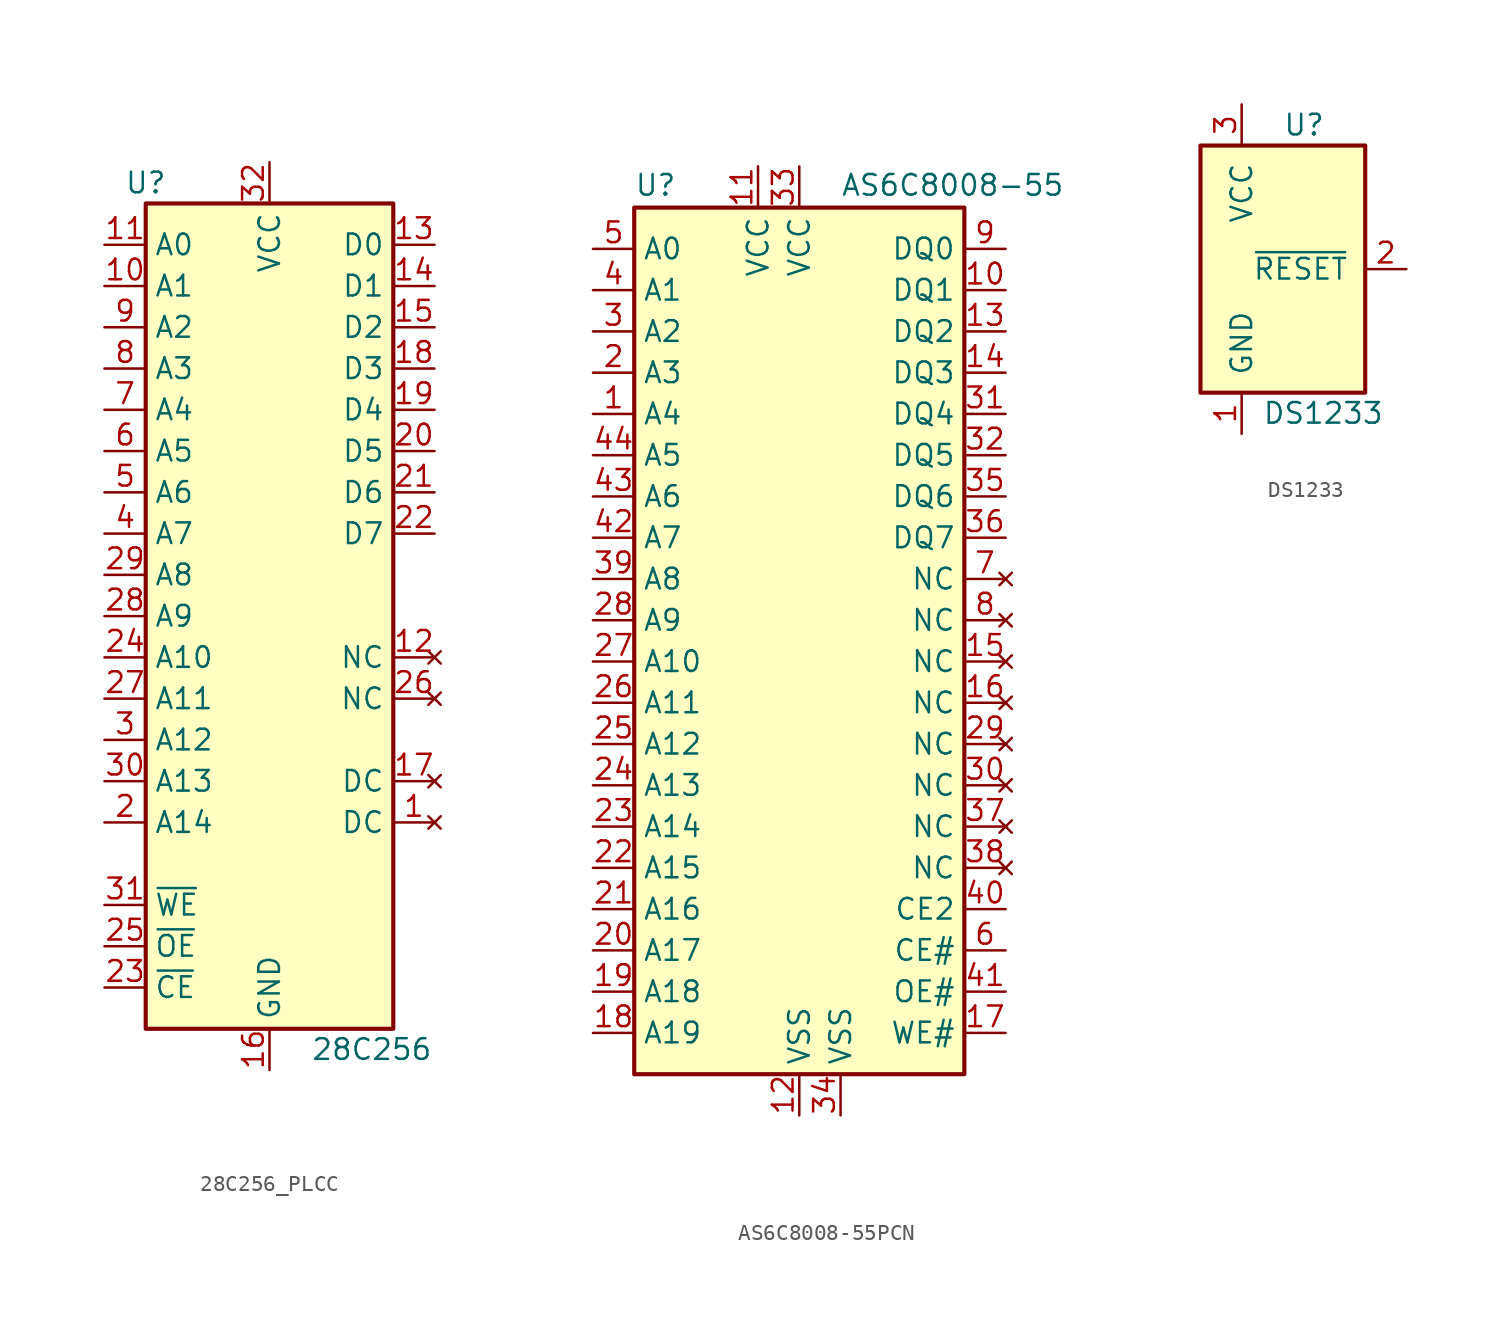
<source format=kicad_sym>
(kicad_symbol_lib
  (version 20220914)
  (generator kicad_symbol_editor)
  (symbol "28C256_PLCC"
    (property "Reference" "U"
      (at -7.62 26.67 0)
      (effects (font (size 1.27 1.27))))
    (property "Value" "28C256"
      (at 2.54 -26.67 0)
      (effects (font (size 1.27 1.27)) (justify left)))
    (symbol "28C256_PLCC_1_1"
      (rectangle (start -7.62 25.4) (end 7.62 -25.4) (stroke (width 0.254) (type default)) (fill (type background)))
      (pin no_connect line (at 10.16 -12.7 180) (length 2.54) (name "DC" (effects (font (size 1.27 1.27)))) (number "1" (effects (font (size 1.27 1.27)))))
      (pin input line (at -10.16 20.32 0) (length 2.54) (name "A1" (effects (font (size 1.27 1.27)))) (number "10" (effects (font (size 1.27 1.27)))))
      (pin input line (at -10.16 22.86 0) (length 2.54) (name "A0" (effects (font (size 1.27 1.27)))) (number "11" (effects (font (size 1.27 1.27)))))
      (pin no_connect line (at 10.16 -2.54 180) (length 2.54) (name "NC" (effects (font (size 1.27 1.27)))) (number "12" (effects (font (size 1.27 1.27)))))
      (pin tri_state line (at 10.16 22.86 180) (length 2.54) (name "D0" (effects (font (size 1.27 1.27)))) (number "13" (effects (font (size 1.27 1.27)))))
      (pin tri_state line (at 10.16 20.32 180) (length 2.54) (name "D1" (effects (font (size 1.27 1.27)))) (number "14" (effects (font (size 1.27 1.27)))))
      (pin tri_state line (at 10.16 17.78 180) (length 2.54) (name "D2" (effects (font (size 1.27 1.27)))) (number "15" (effects (font (size 1.27 1.27)))))
      (pin power_in line (at 0 -27.94 90) (length 2.54) (name "GND" (effects (font (size 1.27 1.27)))) (number "16" (effects (font (size 1.27 1.27)))))
      (pin no_connect line (at 10.16 -10.16 180) (length 2.54) (name "DC" (effects (font (size 1.27 1.27)))) (number "17" (effects (font (size 1.27 1.27)))))
      (pin tri_state line (at 10.16 15.24 180) (length 2.54) (name "D3" (effects (font (size 1.27 1.27)))) (number "18" (effects (font (size 1.27 1.27)))))
      (pin tri_state line (at 10.16 12.7 180) (length 2.54) (name "D4" (effects (font (size 1.27 1.27)))) (number "19" (effects (font (size 1.27 1.27)))))
      (pin input line (at -10.16 -12.7 0) (length 2.54) (name "A14" (effects (font (size 1.27 1.27)))) (number "2" (effects (font (size 1.27 1.27)))))
      (pin tri_state line (at 10.16 10.16 180) (length 2.54) (name "D5" (effects (font (size 1.27 1.27)))) (number "20" (effects (font (size 1.27 1.27)))))
      (pin tri_state line (at 10.16 7.62 180) (length 2.54) (name "D6" (effects (font (size 1.27 1.27)))) (number "21" (effects (font (size 1.27 1.27)))))
      (pin tri_state line (at 10.16 5.08 180) (length 2.54) (name "D7" (effects (font (size 1.27 1.27)))) (number "22" (effects (font (size 1.27 1.27)))))
      (pin input line (at -10.16 -22.86 0) (length 2.54) (name "~{CE}" (effects (font (size 1.27 1.27)))) (number "23" (effects (font (size 1.27 1.27)))))
      (pin input line (at -10.16 -2.54 0) (length 2.54) (name "A10" (effects (font (size 1.27 1.27)))) (number "24" (effects (font (size 1.27 1.27)))))
      (pin input line (at -10.16 -20.32 0) (length 2.54) (name "~{OE}" (effects (font (size 1.27 1.27)))) (number "25" (effects (font (size 1.27 1.27)))))
      (pin no_connect line (at 10.16 -5.08 180) (length 2.54) (name "NC" (effects (font (size 1.27 1.27)))) (number "26" (effects (font (size 1.27 1.27)))))
      (pin input line (at -10.16 -5.08 0) (length 2.54) (name "A11" (effects (font (size 1.27 1.27)))) (number "27" (effects (font (size 1.27 1.27)))))
      (pin input line (at -10.16 0 0) (length 2.54) (name "A9" (effects (font (size 1.27 1.27)))) (number "28" (effects (font (size 1.27 1.27)))))
      (pin input line (at -10.16 2.54 0) (length 2.54) (name "A8" (effects (font (size 1.27 1.27)))) (number "29" (effects (font (size 1.27 1.27)))))
      (pin input line (at -10.16 -7.62 0) (length 2.54) (name "A12" (effects (font (size 1.27 1.27)))) (number "3" (effects (font (size 1.27 1.27)))))
      (pin input line (at -10.16 -10.16 0) (length 2.54) (name "A13" (effects (font (size 1.27 1.27)))) (number "30" (effects (font (size 1.27 1.27)))))
      (pin input line (at -10.16 -17.78 0) (length 2.54) (name "~{WE}" (effects (font (size 1.27 1.27)))) (number "31" (effects (font (size 1.27 1.27)))))
      (pin power_in line (at 0 27.94 270) (length 2.54) (name "VCC" (effects (font (size 1.27 1.27)))) (number "32" (effects (font (size 1.27 1.27)))))
      (pin input line (at -10.16 5.08 0) (length 2.54) (name "A7" (effects (font (size 1.27 1.27)))) (number "4" (effects (font (size 1.27 1.27)))))
      (pin input line (at -10.16 7.62 0) (length 2.54) (name "A6" (effects (font (size 1.27 1.27)))) (number "5" (effects (font (size 1.27 1.27)))))
      (pin input line (at -10.16 10.16 0) (length 2.54) (name "A5" (effects (font (size 1.27 1.27)))) (number "6" (effects (font (size 1.27 1.27)))))
      (pin input line (at -10.16 12.7 0) (length 2.54) (name "A4" (effects (font (size 1.27 1.27)))) (number "7" (effects (font (size 1.27 1.27)))))
      (pin input line (at -10.16 15.24 0) (length 2.54) (name "A3" (effects (font (size 1.27 1.27)))) (number "8" (effects (font (size 1.27 1.27)))))
      (pin input line (at -10.16 17.78 0) (length 2.54) (name "A2" (effects (font (size 1.27 1.27)))) (number "9" (effects (font (size 1.27 1.27)))))))
  (symbol "AS6C8008-55PCN"
    (property "Reference" "U"
      (at -10.16 26.035 0)
      (effects (font (size 1.27 1.27)) (justify left bottom)))
    (property "Value" "AS6C8008-55"
      (at 2.54 26.035 0)
      (effects (font (size 1.27 1.27)) (justify left bottom)))
    (symbol "AS6C8008-55PCN_0_0"
      (pin power_in line (at 2.54 -30.48 90) (length 2.54) (name "VSS" (effects (font (size 1.27 1.27)))) (number "34" (effects (font (size 1.27 1.27))))))
    (symbol "AS6C8008-55PCN_0_1"
      (rectangle (start -10.16 25.4) (end 10.16 -27.94) (stroke (width 0.254) (type default)) (fill (type background))))
    (symbol "AS6C8008-55PCN_1_0"
      (pin power_in line (at -2.54 27.94 270) (length 2.54) (name "VCC" (effects (font (size 1.27 1.27)))) (number "11" (effects (font (size 1.27 1.27)))))
      (pin power_in line (at 0 -30.48 90) (length 2.54) (name "VSS" (effects (font (size 1.27 1.27)))) (number "12" (effects (font (size 1.27 1.27)))))
      (pin power_in line (at 0 27.94 270) (length 2.54) (name "VCC" (effects (font (size 1.27 1.27)))) (number "33" (effects (font (size 1.27 1.27))))))
    (symbol "AS6C8008-55PCN_1_1"
      (pin input line (at -12.7 12.7 0) (length 2.54) (name "A4" (effects (font (size 1.27 1.27)))) (number "1" (effects (font (size 1.27 1.27)))))
      (pin tri_state line (at 12.7 20.32 180) (length 2.54) (name "DQ1" (effects (font (size 1.27 1.27)))) (number "10" (effects (font (size 1.27 1.27)))))
      (pin tri_state line (at 12.7 17.78 180) (length 2.54) (name "DQ2" (effects (font (size 1.27 1.27)))) (number "13" (effects (font (size 1.27 1.27)))))
      (pin tri_state line (at 12.7 15.24 180) (length 2.54) (name "DQ3" (effects (font (size 1.27 1.27)))) (number "14" (effects (font (size 1.27 1.27)))))
      (pin no_connect line (at 12.7 -2.54 180) (length 2.54) (name "NC" (effects (font (size 1.27 1.27)))) (number "15" (effects (font (size 1.27 1.27)))))
      (pin no_connect line (at 12.7 -5.08 180) (length 2.54) (name "NC" (effects (font (size 1.27 1.27)))) (number "16" (effects (font (size 1.27 1.27)))))
      (pin input line (at 12.7 -25.4 180) (length 2.54) (name "WE#" (effects (font (size 1.27 1.27)))) (number "17" (effects (font (size 1.27 1.27)))))
      (pin input line (at -12.7 -25.4 0) (length 2.54) (name "A19" (effects (font (size 1.27 1.27)))) (number "18" (effects (font (size 1.27 1.27)))))
      (pin input line (at -12.7 -22.86 0) (length 2.54) (name "A18" (effects (font (size 1.27 1.27)))) (number "19" (effects (font (size 1.27 1.27)))))
      (pin input line (at -12.7 15.24 0) (length 2.54) (name "A3" (effects (font (size 1.27 1.27)))) (number "2" (effects (font (size 1.27 1.27)))))
      (pin input line (at -12.7 -20.32 0) (length 2.54) (name "A17" (effects (font (size 1.27 1.27)))) (number "20" (effects (font (size 1.27 1.27)))))
      (pin input line (at -12.7 -17.78 0) (length 2.54) (name "A16" (effects (font (size 1.27 1.27)))) (number "21" (effects (font (size 1.27 1.27)))))
      (pin input line (at -12.7 -15.24 0) (length 2.54) (name "A15" (effects (font (size 1.27 1.27)))) (number "22" (effects (font (size 1.27 1.27)))))
      (pin input line (at -12.7 -12.7 0) (length 2.54) (name "A14" (effects (font (size 1.27 1.27)))) (number "23" (effects (font (size 1.27 1.27)))))
      (pin input line (at -12.7 -10.16 0) (length 2.54) (name "A13" (effects (font (size 1.27 1.27)))) (number "24" (effects (font (size 1.27 1.27)))))
      (pin input line (at -12.7 -7.62 0) (length 2.54) (name "A12" (effects (font (size 1.27 1.27)))) (number "25" (effects (font (size 1.27 1.27)))))
      (pin input line (at -12.7 -5.08 0) (length 2.54) (name "A11" (effects (font (size 1.27 1.27)))) (number "26" (effects (font (size 1.27 1.27)))))
      (pin input line (at -12.7 -2.54 0) (length 2.54) (name "A10" (effects (font (size 1.27 1.27)))) (number "27" (effects (font (size 1.27 1.27)))))
      (pin input line (at -12.7 0 0) (length 2.54) (name "A9" (effects (font (size 1.27 1.27)))) (number "28" (effects (font (size 1.27 1.27)))))
      (pin no_connect line (at 12.7 -7.62 180) (length 2.54) (name "NC" (effects (font (size 1.27 1.27)))) (number "29" (effects (font (size 1.27 1.27)))))
      (pin input line (at -12.7 17.78 0) (length 2.54) (name "A2" (effects (font (size 1.27 1.27)))) (number "3" (effects (font (size 1.27 1.27)))))
      (pin no_connect line (at 12.7 -10.16 180) (length 2.54) (name "NC" (effects (font (size 1.27 1.27)))) (number "30" (effects (font (size 1.27 1.27)))))
      (pin tri_state line (at 12.7 12.7 180) (length 2.54) (name "DQ4" (effects (font (size 1.27 1.27)))) (number "31" (effects (font (size 1.27 1.27)))))
      (pin tri_state line (at 12.7 10.16 180) (length 2.54) (name "DQ5" (effects (font (size 1.27 1.27)))) (number "32" (effects (font (size 1.27 1.27)))))
      (pin tri_state line (at 12.7 7.62 180) (length 2.54) (name "DQ6" (effects (font (size 1.27 1.27)))) (number "35" (effects (font (size 1.27 1.27)))))
      (pin tri_state line (at 12.7 5.08 180) (length 2.54) (name "DQ7" (effects (font (size 1.27 1.27)))) (number "36" (effects (font (size 1.27 1.27)))))
      (pin no_connect line (at 12.7 -12.7 180) (length 2.54) (name "NC" (effects (font (size 1.27 1.27)))) (number "37" (effects (font (size 1.27 1.27)))))
      (pin no_connect line (at 12.7 -15.24 180) (length 2.54) (name "NC" (effects (font (size 1.27 1.27)))) (number "38" (effects (font (size 1.27 1.27)))))
      (pin input line (at -12.7 2.54 0) (length 2.54) (name "A8" (effects (font (size 1.27 1.27)))) (number "39" (effects (font (size 1.27 1.27)))))
      (pin input line (at -12.7 20.32 0) (length 2.54) (name "A1" (effects (font (size 1.27 1.27)))) (number "4" (effects (font (size 1.27 1.27)))))
      (pin input line (at 12.7 -17.78 180) (length 2.54) (name "CE2" (effects (font (size 1.27 1.27)))) (number "40" (effects (font (size 1.27 1.27)))))
      (pin input line (at 12.7 -22.86 180) (length 2.54) (name "OE#" (effects (font (size 1.27 1.27)))) (number "41" (effects (font (size 1.27 1.27)))))
      (pin input line (at -12.7 5.08 0) (length 2.54) (name "A7" (effects (font (size 1.27 1.27)))) (number "42" (effects (font (size 1.27 1.27)))))
      (pin input line (at -12.7 7.62 0) (length 2.54) (name "A6" (effects (font (size 1.27 1.27)))) (number "43" (effects (font (size 1.27 1.27)))))
      (pin input line (at -12.7 10.16 0) (length 2.54) (name "A5" (effects (font (size 1.27 1.27)))) (number "44" (effects (font (size 1.27 1.27)))))
      (pin input line (at -12.7 22.86 0) (length 2.54) (name "A0" (effects (font (size 1.27 1.27)))) (number "5" (effects (font (size 1.27 1.27)))))
      (pin input line (at 12.7 -20.32 180) (length 2.54) (name "CE#" (effects (font (size 1.27 1.27)))) (number "6" (effects (font (size 1.27 1.27)))))
      (pin no_connect line (at 12.7 2.54 180) (length 2.54) (name "NC" (effects (font (size 1.27 1.27)))) (number "7" (effects (font (size 1.27 1.27)))))
      (pin no_connect line (at 12.7 0 180) (length 2.54) (name "NC" (effects (font (size 1.27 1.27)))) (number "8" (effects (font (size 1.27 1.27)))))
      (pin tri_state line (at 12.7 22.86 180) (length 2.54) (name "DQ0" (effects (font (size 1.27 1.27)))) (number "9" (effects (font (size 1.27 1.27)))))))
  (symbol "DS1233"
    (pin_names
      (offset 1.016))
    (property "Reference" "U"
      (at 0 8.89 0)
      (effects (font (size 1.27 1.27)) (justify left)))
    (property "Value" "DS1233"
      (at -1.27 -8.89 0)
      (effects (font (size 1.27 1.27)) (justify left)))
    (symbol "DS1233_1_1"
      (rectangle (start -5.08 7.62) (end 5.08 -7.62) (stroke (width 0.254) (type default)) (fill (type background)))
      (pin power_in line (at -2.54 -10.16 90) (length 2.54) (name "GND" (effects (font (size 1.27 1.27)))) (number "1" (effects (font (size 1.27 1.27)))))
      (pin output line (at 7.62 0 180) (length 2.54) (name "~{RESET}" (effects (font (size 1.27 1.27)))) (number "2" (effects (font (size 1.27 1.27)))))
      (pin power_in line (at -2.54 10.16 270) (length 2.54) (name "VCC" (effects (font (size 1.27 1.27)))) (number "3" (effects (font (size 1.27 1.27))))))))
</source>
